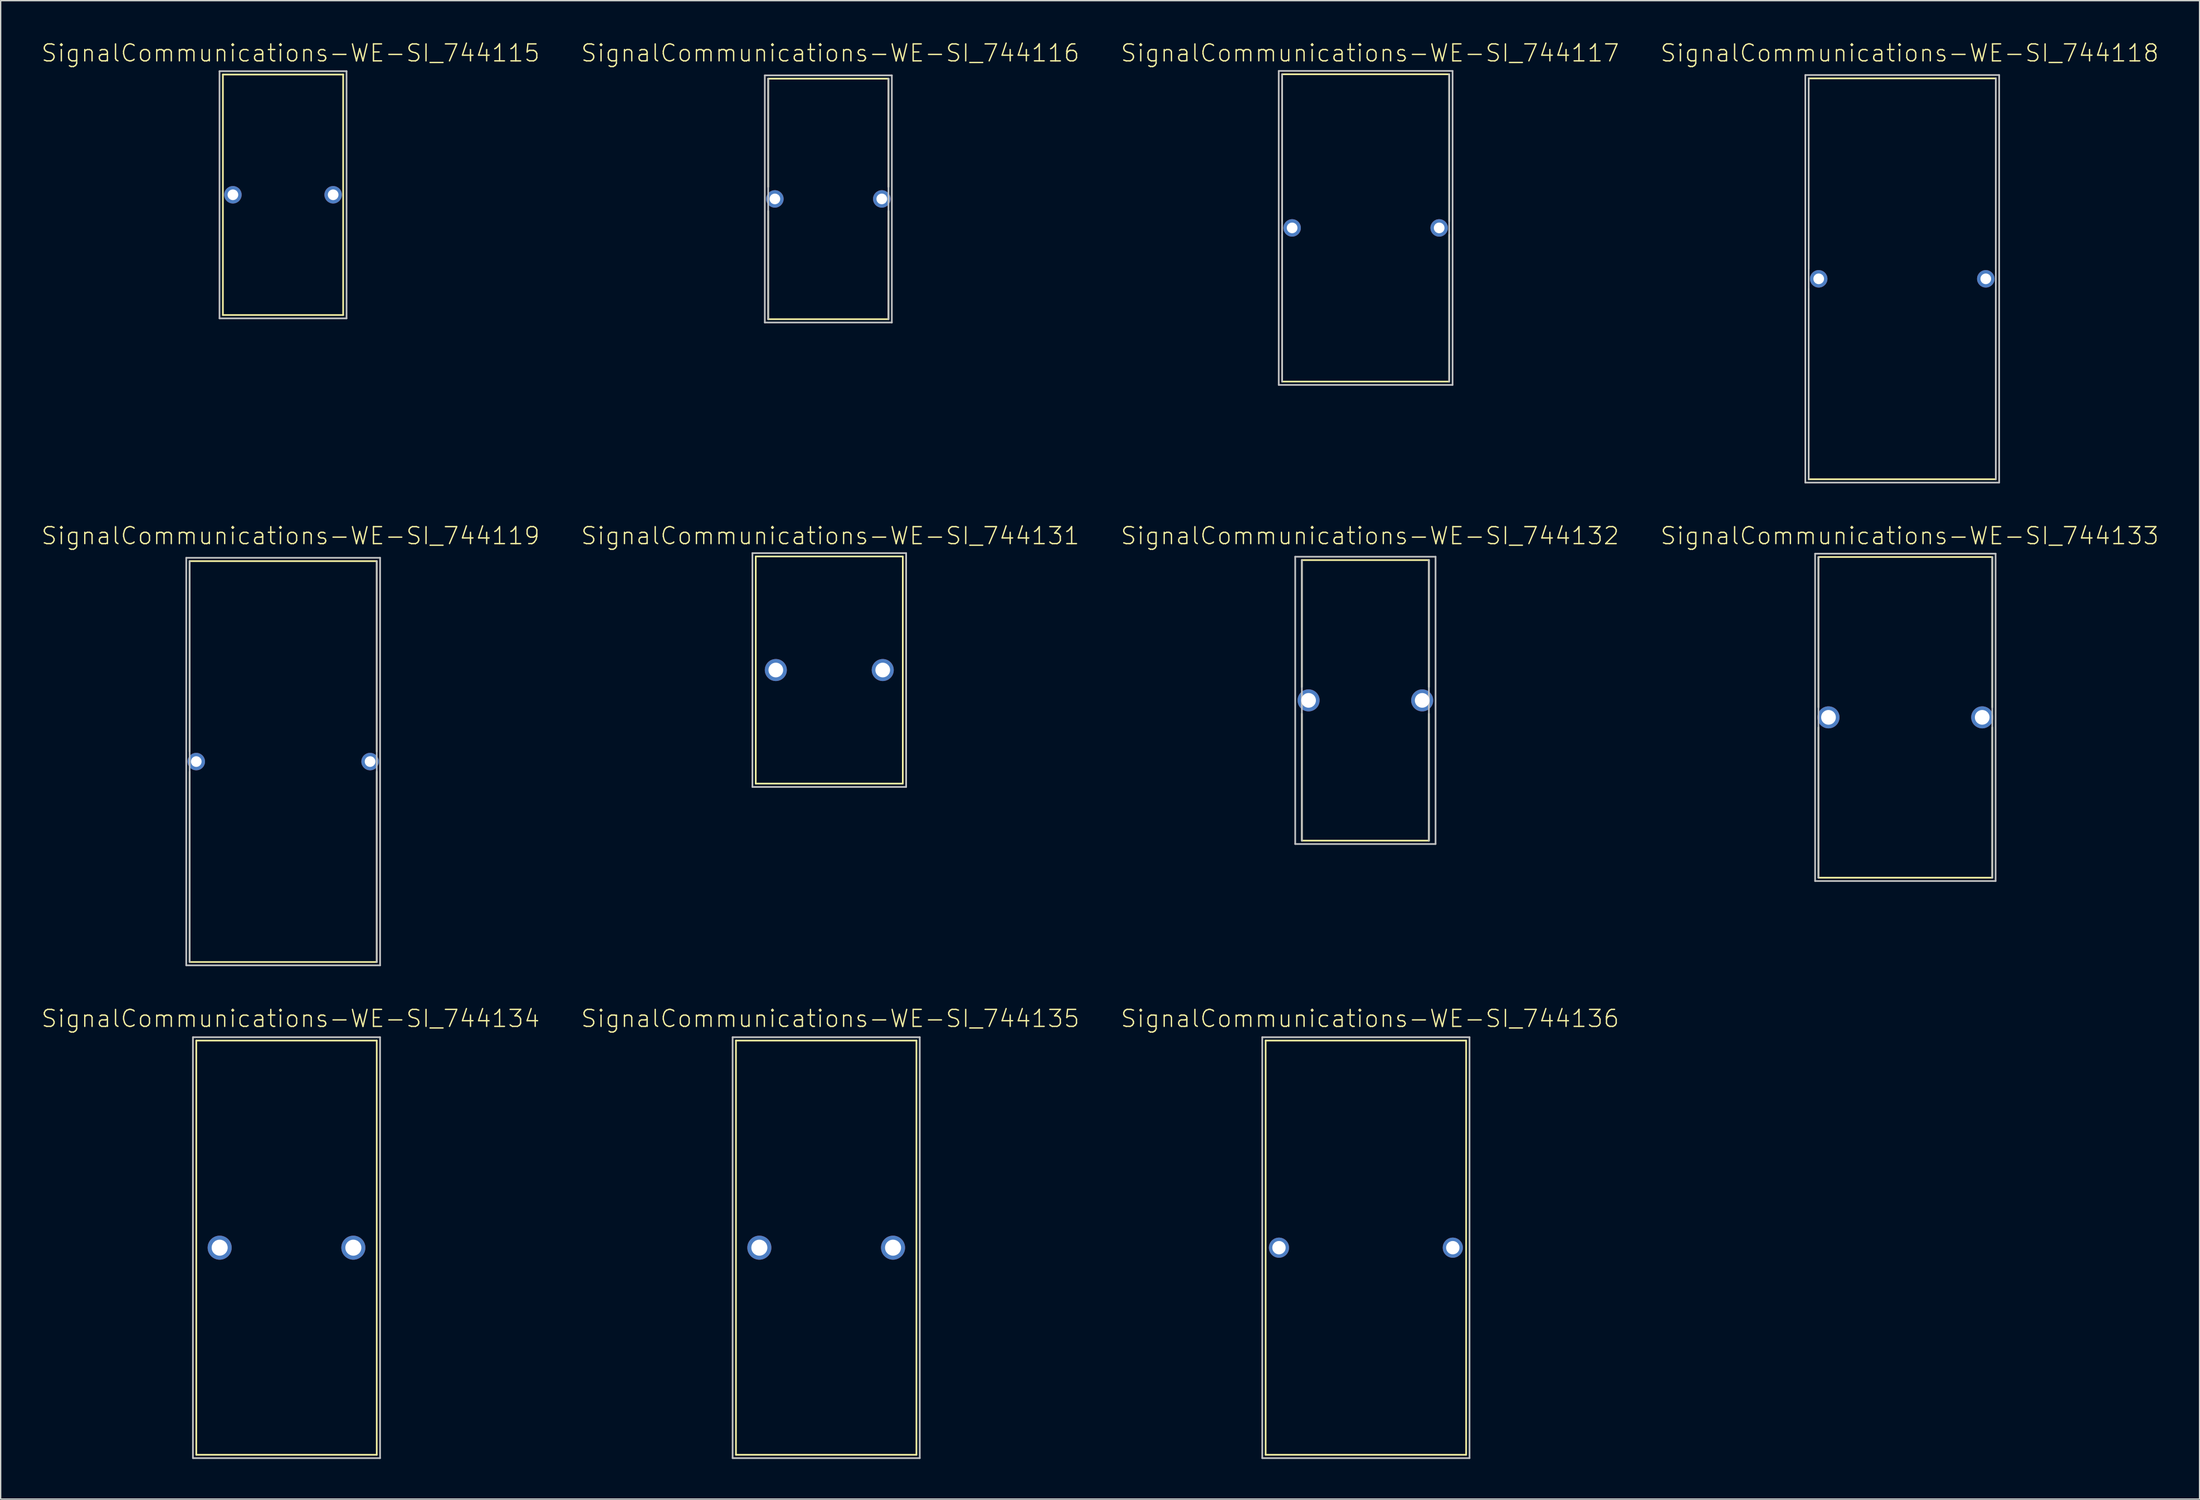
<source format=kicad_pcb>
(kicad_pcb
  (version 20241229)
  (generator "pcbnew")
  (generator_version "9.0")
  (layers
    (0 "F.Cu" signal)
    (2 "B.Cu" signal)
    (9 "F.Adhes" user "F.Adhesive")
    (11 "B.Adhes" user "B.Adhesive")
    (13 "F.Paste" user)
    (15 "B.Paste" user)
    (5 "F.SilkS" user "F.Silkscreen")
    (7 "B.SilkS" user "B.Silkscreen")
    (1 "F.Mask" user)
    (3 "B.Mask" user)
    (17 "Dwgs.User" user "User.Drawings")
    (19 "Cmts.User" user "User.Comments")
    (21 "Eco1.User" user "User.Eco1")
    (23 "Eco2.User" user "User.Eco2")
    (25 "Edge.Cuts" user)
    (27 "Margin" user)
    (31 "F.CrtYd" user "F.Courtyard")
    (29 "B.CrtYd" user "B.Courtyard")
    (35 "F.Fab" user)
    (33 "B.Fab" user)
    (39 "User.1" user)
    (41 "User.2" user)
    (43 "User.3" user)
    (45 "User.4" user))
  (footprint "SignalCommunications-WE-SI_744116"
    (layer "F.Cu")
    (at 58.902 11.836)
    (property "Reference" "SignalCommunications-WE-SI_744116" (at 0.145 -10.914 0) (layer "F.SilkS") (effects (font (size 1.27 1.27) (thickness 0.102))))
    (attr exclude_from_pos_files exclude_from_bom)
    (fp_line (start -4.498 -0.899) (end -4.498 -8.999) (stroke (width 0.127) (type solid)) (layer "F.SilkS"))
    (fp_line (start -4.498 0.899) (end -4.498 8.999) (stroke (width 0.127) (type solid)) (layer "F.SilkS"))
    (fp_line (start -4.498 8.999) (end 4.498 8.999) (stroke (width 0.127) (type solid)) (layer "F.SilkS"))
    (fp_line (start 4.498 -8.999) (end -4.498 -8.999) (stroke (width 0.127) (type solid)) (layer "F.SilkS"))
    (fp_line (start 4.498 -0.899) (end 4.498 -8.999) (stroke (width 0.127) (type solid)) (layer "F.SilkS"))
    (fp_line (start 4.498 0.899) (end 4.498 8.999) (stroke (width 0.127) (type solid)) (layer "F.SilkS"))
    (fp_line (start -4.75 -9.248) (end -4.75 9.248) (stroke (width 0.127) (type solid)) (layer "Dwgs.User"))
    (fp_line (start -4.75 9.248) (end 4.75 9.248) (stroke (width 0.127) (type solid)) (layer "Dwgs.User"))
    (fp_line (start -4.498 -8.999) (end -4.498 8.999) (stroke (width 0.127) (type solid)) (layer "Dwgs.User"))
    (fp_line (start 4.498 8.999) (end 4.498 -8.999) (stroke (width 0.127) (type solid)) (layer "Dwgs.User"))
    (fp_line (start 4.75 -9.248) (end -4.75 -9.248) (stroke (width 0.127) (type solid)) (layer "Dwgs.User"))
    (fp_line (start 4.75 9.248) (end 4.75 -9.248) (stroke (width 0.127) (type solid)) (layer "Dwgs.User"))
    (pad "1" thru_hole circle (at -3.998 0) (size 1.306 1.306) (drill 0.798) (layers "*.Cu" "*.Paste" "*.Mask"))
    (pad "2" thru_hole circle (at 3.998 0) (size 1.306 1.306) (drill 0.798) (layers "*.Cu" "*.Paste" "*.Mask")))
  (footprint "SignalCommunications-WE-SI_744117"
    (layer "F.Cu")
    (at 99.089 14.005)
    (property "Reference" "SignalCommunications-WE-SI_744117" (at 0.323 -13.084 0) (layer "F.SilkS") (effects (font (size 1.27 1.27) (thickness 0.102))))
    (attr exclude_from_pos_files exclude_from_bom)
    (fp_line (start -6.248 -0.498) (end -6.248 -11.499) (stroke (width 0.127) (type solid)) (layer "F.SilkS"))
    (fp_line (start -6.248 0.498) (end -6.248 11.499) (stroke (width 0.127) (type solid)) (layer "F.SilkS"))
    (fp_line (start -6.248 11.499) (end 6.248 11.499) (stroke (width 0.127) (type solid)) (layer "F.SilkS"))
    (fp_line (start 6.248 -11.499) (end -6.248 -11.499) (stroke (width 0.127) (type solid)) (layer "F.SilkS"))
    (fp_line (start 6.248 -0.498) (end 6.248 -11.499) (stroke (width 0.127) (type solid)) (layer "F.SilkS"))
    (fp_line (start 6.248 0.498) (end 6.248 11.499) (stroke (width 0.127) (type solid)) (layer "F.SilkS"))
    (fp_line (start -6.5 -11.748) (end -6.5 11.748) (stroke (width 0.127) (type solid)) (layer "Dwgs.User"))
    (fp_line (start -6.5 11.748) (end 6.5 11.748) (stroke (width 0.127) (type solid)) (layer "Dwgs.User"))
    (fp_line (start -6.248 -11.499) (end -6.248 11.499) (stroke (width 0.127) (type solid)) (layer "Dwgs.User"))
    (fp_line (start 6.248 11.499) (end 6.248 -11.499) (stroke (width 0.127) (type solid)) (layer "Dwgs.User"))
    (fp_line (start 6.5 -11.748) (end -6.5 -11.748) (stroke (width 0.127) (type solid)) (layer "Dwgs.User"))
    (fp_line (start 6.5 11.748) (end 6.5 -11.748) (stroke (width 0.127) (type solid)) (layer "Dwgs.User"))
    (pad "1" thru_hole circle (at -5.499 0) (size 1.306 1.306) (drill 0.798) (layers "*.Cu" "*.Paste" "*.Mask"))
    (pad "2" thru_hole circle (at 5.499 0) (size 1.306 1.306) (drill 0.798) (layers "*.Cu" "*.Paste" "*.Mask")))
  (footprint "SignalCommunications-WE-SI_744132"
    (layer "F.Cu")
    (at 99.069 49.361)
    (property "Reference" "SignalCommunications-WE-SI_744132" (at 0.343 -12.314 0) (layer "F.SilkS") (effects (font (size 1.27 1.27) (thickness 0.102))))
    (attr exclude_from_pos_files exclude_from_bom)
    (fp_line (start -4.75 -0.998) (end -4.75 -10.498) (stroke (width 0.127) (type solid)) (layer "F.SilkS"))
    (fp_line (start -4.75 0.998) (end -4.75 10.498) (stroke (width 0.127) (type solid)) (layer "F.SilkS"))
    (fp_line (start -4.75 10.498) (end 4.75 10.498) (stroke (width 0.127) (type solid)) (layer "F.SilkS"))
    (fp_line (start 4.75 -10.498) (end -4.75 -10.498) (stroke (width 0.127) (type solid)) (layer "F.SilkS"))
    (fp_line (start 4.75 -0.998) (end 4.75 -10.498) (stroke (width 0.127) (type solid)) (layer "F.SilkS"))
    (fp_line (start 4.75 0.998) (end 4.75 10.498) (stroke (width 0.127) (type solid)) (layer "F.SilkS"))
    (fp_line (start -5.248 -10.749) (end -5.248 10.749) (stroke (width 0.127) (type solid)) (layer "Dwgs.User"))
    (fp_line (start -5.248 10.749) (end 5.248 10.749) (stroke (width 0.127) (type solid)) (layer "Dwgs.User"))
    (fp_line (start -4.75 -10.498) (end -4.75 10.498) (stroke (width 0.127) (type solid)) (layer "Dwgs.User"))
    (fp_line (start 4.75 10.498) (end 4.75 -10.498) (stroke (width 0.127) (type solid)) (layer "Dwgs.User"))
    (fp_line (start 5.248 -10.749) (end -5.248 -10.749) (stroke (width 0.127) (type solid)) (layer "Dwgs.User"))
    (fp_line (start 5.248 10.749) (end 5.248 -10.749) (stroke (width 0.127) (type solid)) (layer "Dwgs.User"))
    (pad "1" thru_hole circle (at -4.249 0) (size 1.648 1.648) (drill 1.1) (layers "*.Cu" "*.Paste" "*.Mask"))
    (pad "2" thru_hole circle (at 4.249 0) (size 1.648 1.648) (drill 1.1) (layers "*.Cu" "*.Paste" "*.Mask")))
  (footprint "SignalCommunications-WE-SI_744115"
    (layer "F.Cu")
    (at 18.118 11.526)
    (property "Reference" "SignalCommunications-WE-SI_744115" (at 0.564 -10.604 0) (layer "F.SilkS") (effects (font (size 1.27 1.27) (thickness 0.102))))
    (attr exclude_from_pos_files exclude_from_bom)
    (fp_line (start -4.498 -8.999) (end -4.498 8.999) (stroke (width 0.127) (type solid)) (layer "F.SilkS"))
    (fp_line (start -4.498 8.999) (end 4.498 8.999) (stroke (width 0.127) (type solid)) (layer "F.SilkS"))
    (fp_line (start 4.498 -8.999) (end -4.498 -8.999) (stroke (width 0.127) (type solid)) (layer "F.SilkS"))
    (fp_line (start 4.498 8.999) (end 4.498 -8.999) (stroke (width 0.127) (type solid)) (layer "F.SilkS"))
    (fp_line (start -4.75 -9.248) (end -4.75 9.248) (stroke (width 0.127) (type solid)) (layer "Dwgs.User"))
    (fp_line (start -4.75 9.248) (end 4.75 9.248) (stroke (width 0.127) (type solid)) (layer "Dwgs.User"))
    (fp_line (start 4.75 -9.248) (end -4.75 -9.248) (stroke (width 0.127) (type solid)) (layer "Dwgs.User"))
    (fp_line (start 4.75 9.248) (end 4.75 -9.248) (stroke (width 0.127) (type solid)) (layer "Dwgs.User"))
    (pad "1" thru_hole circle (at -3.749 0) (size 1.306 1.306) (drill 0.798) (layers "*.Cu" "*.Paste" "*.Mask"))
    (pad "2" thru_hole circle (at 3.749 0) (size 1.306 1.306) (drill 0.798) (layers "*.Cu" "*.Paste" "*.Mask")))
  (footprint "SignalCommunications-WE-SI_744119"
    (layer "F.Cu")
    (at 18.129 53.941)
    (property "Reference" "SignalCommunications-WE-SI_744119" (at 0.554 -16.894 0) (layer "F.SilkS") (effects (font (size 1.27 1.27) (thickness 0.102))))
    (attr exclude_from_pos_files exclude_from_bom)
    (fp_line (start -6.998 -0.749) (end -6.998 -14.999) (stroke (width 0.127) (type solid)) (layer "F.SilkS"))
    (fp_line (start -6.998 0.749) (end -6.998 14.999) (stroke (width 0.127) (type solid)) (layer "F.SilkS"))
    (fp_line (start -6.998 14.999) (end 6.998 14.999) (stroke (width 0.127) (type solid)) (layer "F.SilkS"))
    (fp_line (start 6.998 -14.999) (end -6.998 -14.999) (stroke (width 0.127) (type solid)) (layer "F.SilkS"))
    (fp_line (start 6.998 -0.749) (end 6.998 -14.999) (stroke (width 0.127) (type solid)) (layer "F.SilkS"))
    (fp_line (start 6.998 0.749) (end 6.998 14.999) (stroke (width 0.127) (type solid)) (layer "F.SilkS"))
    (fp_line (start -7.249 -15.248) (end -7.249 15.248) (stroke (width 0.127) (type solid)) (layer "Dwgs.User"))
    (fp_line (start -7.249 15.248) (end 7.249 15.248) (stroke (width 0.127) (type solid)) (layer "Dwgs.User"))
    (fp_line (start -6.998 -14.999) (end -6.998 14.999) (stroke (width 0.127) (type solid)) (layer "Dwgs.User"))
    (fp_line (start 6.998 14.999) (end 6.998 -14.999) (stroke (width 0.127) (type solid)) (layer "Dwgs.User"))
    (fp_line (start 7.249 -15.248) (end -7.249 -15.248) (stroke (width 0.127) (type solid)) (layer "Dwgs.User"))
    (fp_line (start 7.249 15.248) (end 7.249 -15.248) (stroke (width 0.127) (type solid)) (layer "Dwgs.User"))
    (pad "1" thru_hole circle (at -6.5 0) (size 1.306 1.306) (drill 0.798) (layers "*.Cu" "*.Paste" "*.Mask"))
    (pad "2" thru_hole circle (at 6.5 0) (size 1.306 1.306) (drill 0.798) (layers "*.Cu" "*.Paste" "*.Mask")))
  (footprint "SignalCommunications-WE-SI_744118"
    (layer "F.Cu")
    (at 139.222 17.815)
    (property "Reference" "SignalCommunications-WE-SI_744118" (at 0.554 -16.894 0) (layer "F.SilkS") (effects (font (size 1.27 1.27) (thickness 0.102))))
    (attr exclude_from_pos_files exclude_from_bom)
    (fp_line (start -6.998 -0.749) (end -6.998 -14.999) (stroke (width 0.127) (type solid)) (layer "F.SilkS"))
    (fp_line (start -6.998 0.749) (end -6.998 14.999) (stroke (width 0.127) (type solid)) (layer "F.SilkS"))
    (fp_line (start -6.998 14.999) (end 6.998 14.999) (stroke (width 0.127) (type solid)) (layer "F.SilkS"))
    (fp_line (start 6.998 -14.999) (end -6.998 -14.999) (stroke (width 0.127) (type solid)) (layer "F.SilkS"))
    (fp_line (start 6.998 -0.749) (end 6.998 -14.999) (stroke (width 0.127) (type solid)) (layer "F.SilkS"))
    (fp_line (start 6.998 0.749) (end 6.998 14.999) (stroke (width 0.127) (type solid)) (layer "F.SilkS"))
    (fp_line (start -7.249 -15.248) (end -7.249 15.248) (stroke (width 0.127) (type solid)) (layer "Dwgs.User"))
    (fp_line (start -7.249 15.248) (end 7.249 15.248) (stroke (width 0.127) (type solid)) (layer "Dwgs.User"))
    (fp_line (start -6.998 -14.999) (end -6.998 14.999) (stroke (width 0.127) (type solid)) (layer "Dwgs.User"))
    (fp_line (start 6.998 14.999) (end 6.998 -14.999) (stroke (width 0.127) (type solid)) (layer "Dwgs.User"))
    (fp_line (start 7.249 -15.248) (end -7.249 -15.248) (stroke (width 0.127) (type solid)) (layer "Dwgs.User"))
    (fp_line (start 7.249 15.248) (end 7.249 -15.248) (stroke (width 0.127) (type solid)) (layer "Dwgs.User"))
    (pad "1" thru_hole circle (at -6.248 0) (size 1.306 1.306) (drill 0.798) (layers "*.Cu" "*.Paste" "*.Mask"))
    (pad "2" thru_hole circle (at 6.248 0) (size 1.306 1.306) (drill 0.798) (layers "*.Cu" "*.Paste" "*.Mask")))
  (footprint "SignalCommunications-WE-SI_744134"
    (layer "F.Cu")
    (at 18.378 90.318)
    (property "Reference" "SignalCommunications-WE-SI_744134" (at 0.305 -17.145 0) (layer "F.SilkS") (effects (font (size 1.27 1.27) (thickness 0.102))))
    (attr exclude_from_pos_files exclude_from_bom)
    (fp_line (start -6.749 -15.499) (end -6.749 15.499) (stroke (width 0.127) (type solid)) (layer "F.SilkS"))
    (fp_line (start -6.749 15.499) (end 6.749 15.499) (stroke (width 0.127) (type solid)) (layer "F.SilkS"))
    (fp_line (start 6.749 -15.499) (end -6.749 -15.499) (stroke (width 0.127) (type solid)) (layer "F.SilkS"))
    (fp_line (start 6.749 15.499) (end 6.749 -15.499) (stroke (width 0.127) (type solid)) (layer "F.SilkS"))
    (fp_line (start -6.998 -15.748) (end -6.998 15.748) (stroke (width 0.127) (type solid)) (layer "Dwgs.User"))
    (fp_line (start -6.998 15.748) (end 6.998 15.748) (stroke (width 0.127) (type solid)) (layer "Dwgs.User"))
    (fp_line (start 6.998 -15.748) (end -6.998 -15.748) (stroke (width 0.127) (type solid)) (layer "Dwgs.User"))
    (fp_line (start 6.998 15.748) (end 6.998 -15.748) (stroke (width 0.127) (type solid)) (layer "Dwgs.User"))
    (pad "1" thru_hole circle (at -4.999 0) (size 1.798 1.798) (drill 1.199) (layers "*.Cu" "*.Paste" "*.Mask"))
    (pad "2" thru_hole circle (at 4.999 0) (size 1.798 1.798) (drill 1.199) (layers "*.Cu" "*.Paste" "*.Mask")))
  (footprint "SignalCommunications-WE-SI_744133"
    (layer "F.Cu")
    (at 139.454 50.631)
    (property "Reference" "SignalCommunications-WE-SI_744133" (at 0.323 -13.584 0) (layer "F.SilkS") (effects (font (size 1.27 1.27) (thickness 0.102))))
    (attr exclude_from_pos_files exclude_from_bom)
    (fp_line (start -6.5 -0.749) (end -6.5 -11.999) (stroke (width 0.127) (type solid)) (layer "F.SilkS"))
    (fp_line (start -6.5 0.749) (end -6.5 11.999) (stroke (width 0.127) (type solid)) (layer "F.SilkS"))
    (fp_line (start -6.5 11.999) (end 6.5 11.999) (stroke (width 0.127) (type solid)) (layer "F.SilkS"))
    (fp_line (start 6.5 -11.999) (end -6.5 -11.999) (stroke (width 0.127) (type solid)) (layer "F.SilkS"))
    (fp_line (start 6.5 -0.749) (end 6.5 -11.999) (stroke (width 0.127) (type solid)) (layer "F.SilkS"))
    (fp_line (start 6.5 0.749) (end 6.5 11.999) (stroke (width 0.127) (type solid)) (layer "F.SilkS"))
    (fp_line (start -6.749 -12.248) (end -6.749 12.248) (stroke (width 0.127) (type solid)) (layer "Dwgs.User"))
    (fp_line (start -6.749 12.248) (end 6.749 12.248) (stroke (width 0.127) (type solid)) (layer "Dwgs.User"))
    (fp_line (start -6.5 -11.999) (end -6.5 11.999) (stroke (width 0.127) (type solid)) (layer "Dwgs.User"))
    (fp_line (start 6.5 11.999) (end 6.5 -11.999) (stroke (width 0.127) (type solid)) (layer "Dwgs.User"))
    (fp_line (start 6.749 -12.248) (end -6.749 -12.248) (stroke (width 0.127) (type solid)) (layer "Dwgs.User"))
    (fp_line (start 6.749 12.248) (end 6.749 -12.248) (stroke (width 0.127) (type solid)) (layer "Dwgs.User"))
    (pad "1" thru_hole circle (at -5.748 0) (size 1.648 1.648) (drill 1.1) (layers "*.Cu" "*.Paste" "*.Mask"))
    (pad "2" thru_hole circle (at 5.748 0) (size 1.648 1.648) (drill 1.1) (layers "*.Cu" "*.Paste" "*.Mask")))
  (footprint "SignalCommunications-WE-SI_744136"
    (layer "F.Cu")
    (at 99.107 90.318)
    (property "Reference" "SignalCommunications-WE-SI_744136" (at 0.305 -17.145 0) (layer "F.SilkS") (effects (font (size 1.27 1.27) (thickness 0.102))))
    (attr exclude_from_pos_files exclude_from_bom)
    (fp_line (start -7.498 -15.499) (end -7.498 15.499) (stroke (width 0.127) (type solid)) (layer "F.SilkS"))
    (fp_line (start -7.498 15.499) (end 7.498 15.499) (stroke (width 0.127) (type solid)) (layer "F.SilkS"))
    (fp_line (start 7.498 -15.499) (end -7.498 -15.499) (stroke (width 0.127) (type solid)) (layer "F.SilkS"))
    (fp_line (start 7.498 15.499) (end 7.498 -15.499) (stroke (width 0.127) (type solid)) (layer "F.SilkS"))
    (fp_line (start -7.75 -15.748) (end -7.75 15.748) (stroke (width 0.127) (type solid)) (layer "Dwgs.User"))
    (fp_line (start -7.75 15.748) (end 7.75 15.748) (stroke (width 0.127) (type solid)) (layer "Dwgs.User"))
    (fp_line (start 7.75 -15.748) (end -7.75 -15.748) (stroke (width 0.127) (type solid)) (layer "Dwgs.User"))
    (fp_line (start 7.75 15.748) (end 7.75 -15.748) (stroke (width 0.127) (type solid)) (layer "Dwgs.User"))
    (pad "1" thru_hole circle (at -6.5 0) (size 1.506 1.506) (drill 0.998) (layers "*.Cu" "*.Paste" "*.Mask"))
    (pad "2" thru_hole circle (at 6.5 0) (size 1.506 1.506) (drill 0.998) (layers "*.Cu" "*.Paste" "*.Mask")))
  (footprint "SignalCommunications-WE-SI_744131"
    (layer "F.Cu")
    (at 58.973 47.09)
    (property "Reference" "SignalCommunications-WE-SI_744131" (at 0.074 -10.043 0) (layer "F.SilkS") (effects (font (size 1.27 1.27) (thickness 0.102))))
    (attr exclude_from_pos_files exclude_from_bom)
    (fp_line (start -5.499 -8.499) (end -5.499 8.499) (stroke (width 0.127) (type solid)) (layer "F.SilkS"))
    (fp_line (start -5.499 8.499) (end 5.499 8.499) (stroke (width 0.127) (type solid)) (layer "F.SilkS"))
    (fp_line (start 5.499 -8.499) (end -5.499 -8.499) (stroke (width 0.127) (type solid)) (layer "F.SilkS"))
    (fp_line (start 5.499 8.499) (end 5.499 -8.499) (stroke (width 0.127) (type solid)) (layer "F.SilkS"))
    (fp_line (start -5.748 -8.748) (end -5.748 8.748) (stroke (width 0.127) (type solid)) (layer "Dwgs.User"))
    (fp_line (start -5.748 8.748) (end 5.748 8.748) (stroke (width 0.127) (type solid)) (layer "Dwgs.User"))
    (fp_line (start 5.748 -8.748) (end -5.748 -8.748) (stroke (width 0.127) (type solid)) (layer "Dwgs.User"))
    (fp_line (start 5.748 8.748) (end 5.748 -8.748) (stroke (width 0.127) (type solid)) (layer "Dwgs.User"))
    (pad "1" thru_hole circle (at -3.998 0) (size 1.648 1.648) (drill 1.1) (layers "*.Cu" "*.Paste" "*.Mask"))
    (pad "2" thru_hole circle (at 3.998 0) (size 1.648 1.648) (drill 1.1) (layers "*.Cu" "*.Paste" "*.Mask")))
  (footprint "SignalCommunications-WE-SI_744135"
    (layer "F.Cu")
    (at 58.742 90.318)
    (property "Reference" "SignalCommunications-WE-SI_744135" (at 0.305 -17.145 0) (layer "F.SilkS") (effects (font (size 1.27 1.27) (thickness 0.102))))
    (attr exclude_from_pos_files exclude_from_bom)
    (fp_line (start -6.749 -15.499) (end -6.749 15.499) (stroke (width 0.127) (type solid)) (layer "F.SilkS"))
    (fp_line (start -6.749 15.499) (end 6.749 15.499) (stroke (width 0.127) (type solid)) (layer "F.SilkS"))
    (fp_line (start 6.749 -15.499) (end -6.749 -15.499) (stroke (width 0.127) (type solid)) (layer "F.SilkS"))
    (fp_line (start 6.749 15.499) (end 6.749 -15.499) (stroke (width 0.127) (type solid)) (layer "F.SilkS"))
    (fp_line (start -6.998 -15.748) (end -6.998 15.748) (stroke (width 0.127) (type solid)) (layer "Dwgs.User"))
    (fp_line (start -6.998 15.748) (end 6.998 15.748) (stroke (width 0.127) (type solid)) (layer "Dwgs.User"))
    (fp_line (start 6.998 -15.748) (end -6.998 -15.748) (stroke (width 0.127) (type solid)) (layer "Dwgs.User"))
    (fp_line (start 6.998 15.748) (end 6.998 -15.748) (stroke (width 0.127) (type solid)) (layer "Dwgs.User"))
    (pad "1" thru_hole circle (at -4.999 0) (size 1.798 1.798) (drill 1.199) (layers "*.Cu" "*.Paste" "*.Mask"))
    (pad "2" thru_hole circle (at 4.999 0) (size 1.798 1.798) (drill 1.199) (layers "*.Cu" "*.Paste" "*.Mask")))
  (gr_rect
    (start -3 -3)
    (end 161.458 109.13)
    (stroke (width 0.1) (type default))
    (fill no)
    (layer "Edge.Cuts")))
</source>
